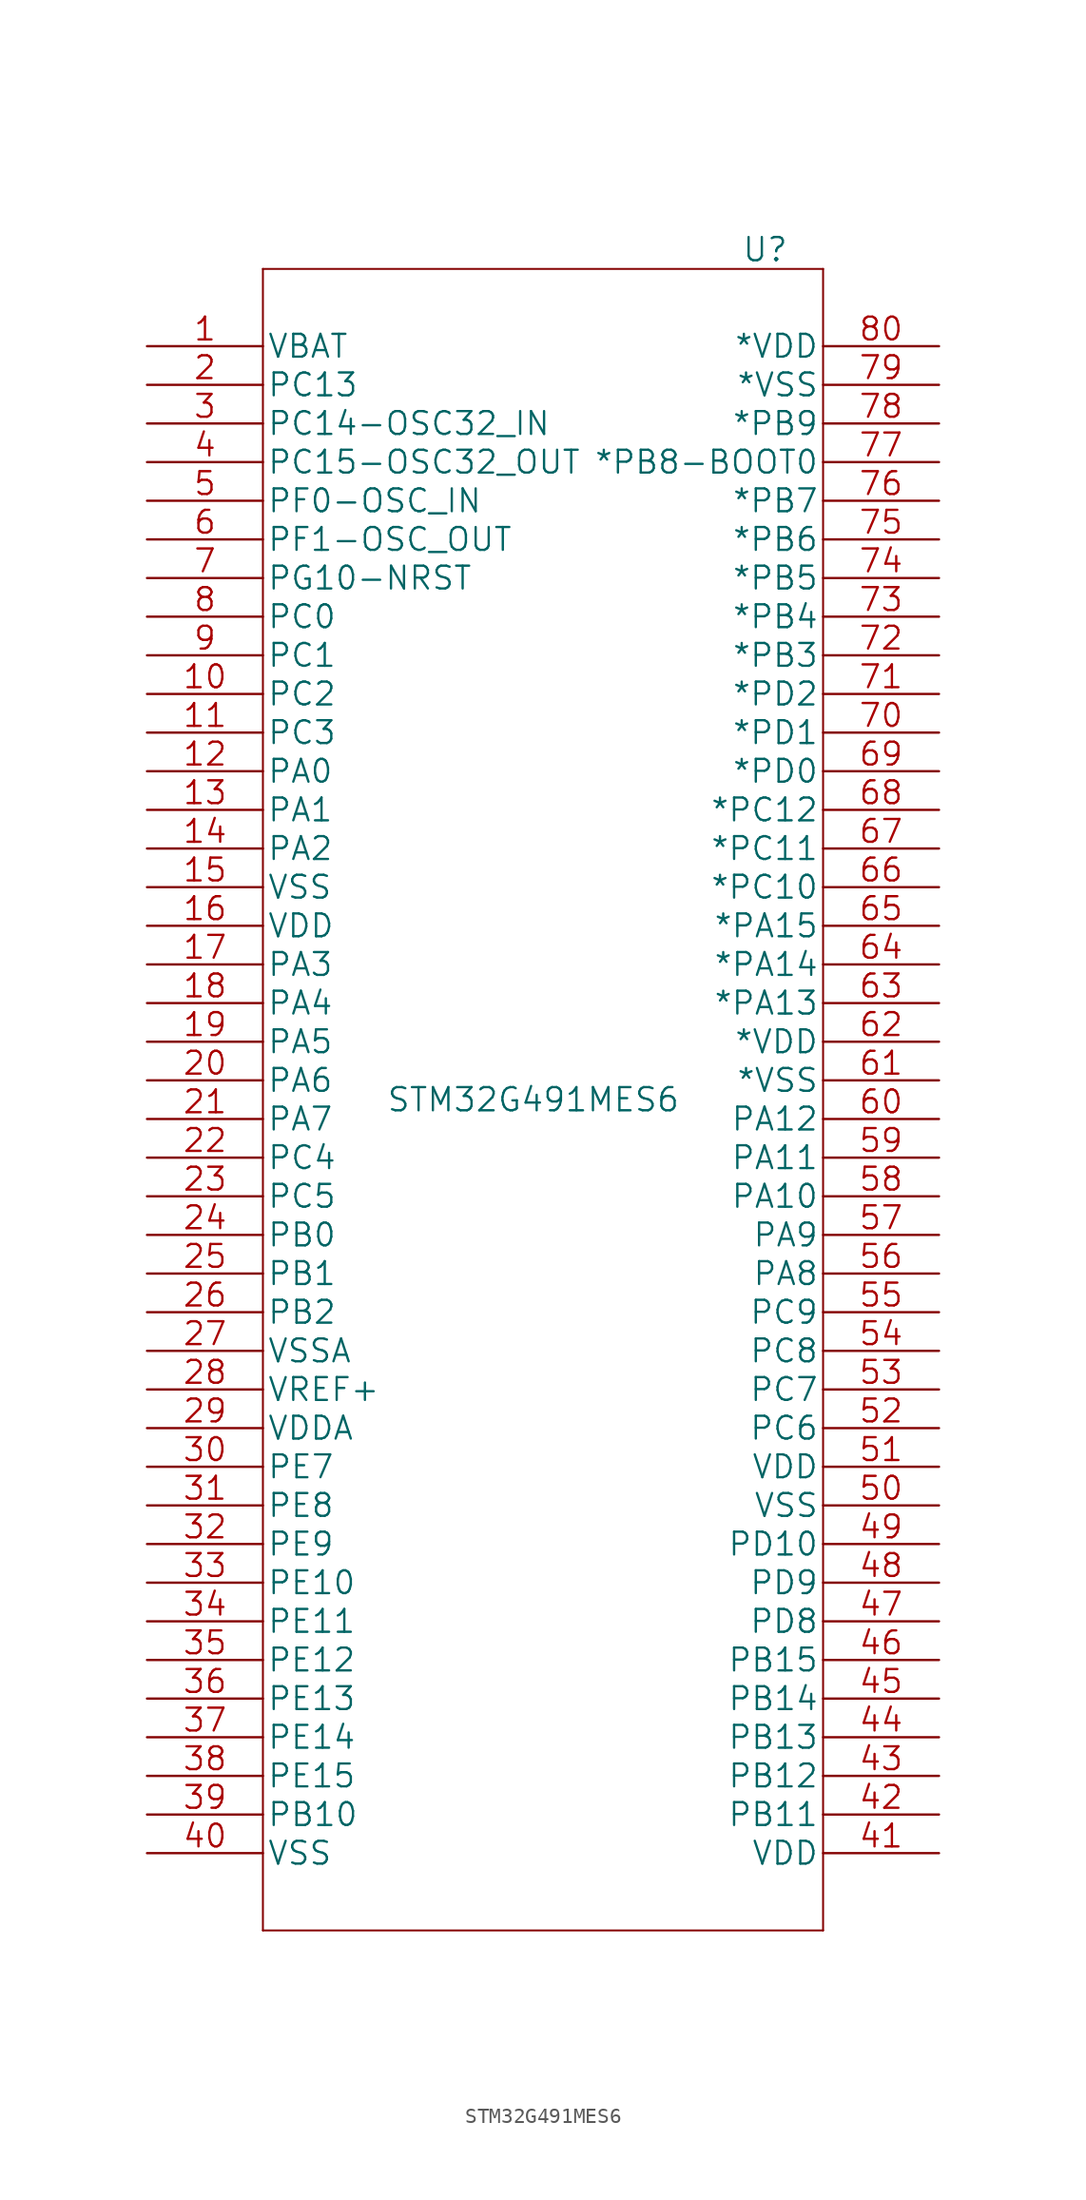
<source format=kicad_sym>
(kicad_symbol_lib
  (version 20231120)
  (generator "kicad_symbol_editor")
  (generator_version "8.0")
  (symbol "STM32G491MES6"
    (pin_names
      (offset 0.254))
    (property "Reference" "U"
      (at 15.24 55.88 0)
      (effects (font (size 1.524 1.524))))
    (property "Value" "STM32G491MES6"
      (at 0 0 0)
      (effects (font (size 1.524 1.524))))
    (property "Datasheet" ""
      (at -25.4 49.53 0)
      (effects (font (size 1.524 1.524))))
    (symbol "STM32G491MES6_1_1"
      (polyline (pts (xy -17.78 -54.61) (xy 19.05 -54.61)) (stroke (width 0.127) (type default)) (fill (type none)))
      (polyline (pts (xy -17.78 54.61) (xy -17.78 -54.61)) (stroke (width 0.127) (type default)) (fill (type none)))
      (polyline (pts (xy 19.05 -54.61) (xy 19.05 54.61)) (stroke (width 0.127) (type default)) (fill (type none)))
      (polyline (pts (xy 19.05 54.61) (xy -17.78 54.61)) (stroke (width 0.127) (type default)) (fill (type none)))
      (pin power_in line (at -25.4 49.53 0) (length 7.62) (name "VBAT" (effects (font (size 1.499 1.499)))) (number "1" (effects (font (size 1.499 1.499)))))
      (pin bidirectional line (at -25.4 26.67 0) (length 7.62) (name "PC2" (effects (font (size 1.499 1.499)))) (number "10" (effects (font (size 1.499 1.499)))))
      (pin bidirectional line (at -25.4 24.13 0) (length 7.62) (name "PC3" (effects (font (size 1.499 1.499)))) (number "11" (effects (font (size 1.499 1.499)))))
      (pin bidirectional line (at -25.4 21.59 0) (length 7.62) (name "PA0" (effects (font (size 1.499 1.499)))) (number "12" (effects (font (size 1.499 1.499)))))
      (pin bidirectional line (at -25.4 19.05 0) (length 7.62) (name "PA1" (effects (font (size 1.499 1.499)))) (number "13" (effects (font (size 1.499 1.499)))))
      (pin bidirectional line (at -25.4 16.51 0) (length 7.62) (name "PA2" (effects (font (size 1.499 1.499)))) (number "14" (effects (font (size 1.499 1.499)))))
      (pin power_in line (at -25.4 13.97 0) (length 7.62) (name "VSS" (effects (font (size 1.499 1.499)))) (number "15" (effects (font (size 1.499 1.499)))))
      (pin power_in line (at -25.4 11.43 0) (length 7.62) (name "VDD" (effects (font (size 1.499 1.499)))) (number "16" (effects (font (size 1.499 1.499)))))
      (pin bidirectional line (at -25.4 8.89 0) (length 7.62) (name "PA3" (effects (font (size 1.499 1.499)))) (number "17" (effects (font (size 1.499 1.499)))))
      (pin bidirectional line (at -25.4 6.35 0) (length 7.62) (name "PA4" (effects (font (size 1.499 1.499)))) (number "18" (effects (font (size 1.499 1.499)))))
      (pin bidirectional line (at -25.4 3.81 0) (length 7.62) (name "PA5" (effects (font (size 1.499 1.499)))) (number "19" (effects (font (size 1.499 1.499)))))
      (pin bidirectional line (at -25.4 46.99 0) (length 7.62) (name "PC13" (effects (font (size 1.499 1.499)))) (number "2" (effects (font (size 1.499 1.499)))))
      (pin bidirectional line (at -25.4 1.27 0) (length 7.62) (name "PA6" (effects (font (size 1.499 1.499)))) (number "20" (effects (font (size 1.499 1.499)))))
      (pin bidirectional line (at -25.4 -1.27 0) (length 7.62) (name "PA7" (effects (font (size 1.499 1.499)))) (number "21" (effects (font (size 1.499 1.499)))))
      (pin bidirectional line (at -25.4 -3.81 0) (length 7.62) (name "PC4" (effects (font (size 1.499 1.499)))) (number "22" (effects (font (size 1.499 1.499)))))
      (pin bidirectional line (at -25.4 -6.35 0) (length 7.62) (name "PC5" (effects (font (size 1.499 1.499)))) (number "23" (effects (font (size 1.499 1.499)))))
      (pin bidirectional line (at -25.4 -8.89 0) (length 7.62) (name "PB0" (effects (font (size 1.499 1.499)))) (number "24" (effects (font (size 1.499 1.499)))))
      (pin bidirectional line (at -25.4 -11.43 0) (length 7.62) (name "PB1" (effects (font (size 1.499 1.499)))) (number "25" (effects (font (size 1.499 1.499)))))
      (pin bidirectional line (at -25.4 -13.97 0) (length 7.62) (name "PB2" (effects (font (size 1.499 1.499)))) (number "26" (effects (font (size 1.499 1.499)))))
      (pin power_in line (at -25.4 -16.51 0) (length 7.62) (name "VSSA" (effects (font (size 1.499 1.499)))) (number "27" (effects (font (size 1.499 1.499)))))
      (pin power_in line (at -25.4 -19.05 0) (length 7.62) (name "VREF+" (effects (font (size 1.499 1.499)))) (number "28" (effects (font (size 1.499 1.499)))))
      (pin power_in line (at -25.4 -21.59 0) (length 7.62) (name "VDDA" (effects (font (size 1.499 1.499)))) (number "29" (effects (font (size 1.499 1.499)))))
      (pin bidirectional line (at -25.4 44.45 0) (length 7.62) (name "PC14-OSC32_IN" (effects (font (size 1.499 1.499)))) (number "3" (effects (font (size 1.499 1.499)))))
      (pin bidirectional line (at -25.4 -24.13 0) (length 7.62) (name "PE7" (effects (font (size 1.499 1.499)))) (number "30" (effects (font (size 1.499 1.499)))))
      (pin bidirectional line (at -25.4 -26.67 0) (length 7.62) (name "PE8" (effects (font (size 1.499 1.499)))) (number "31" (effects (font (size 1.499 1.499)))))
      (pin bidirectional line (at -25.4 -29.21 0) (length 7.62) (name "PE9" (effects (font (size 1.499 1.499)))) (number "32" (effects (font (size 1.499 1.499)))))
      (pin bidirectional line (at -25.4 -31.75 0) (length 7.62) (name "PE10" (effects (font (size 1.499 1.499)))) (number "33" (effects (font (size 1.499 1.499)))))
      (pin bidirectional line (at -25.4 -34.29 0) (length 7.62) (name "PE11" (effects (font (size 1.499 1.499)))) (number "34" (effects (font (size 1.499 1.499)))))
      (pin bidirectional line (at -25.4 -36.83 0) (length 7.62) (name "PE12" (effects (font (size 1.499 1.499)))) (number "35" (effects (font (size 1.499 1.499)))))
      (pin bidirectional line (at -25.4 -39.37 0) (length 7.62) (name "PE13" (effects (font (size 1.499 1.499)))) (number "36" (effects (font (size 1.499 1.499)))))
      (pin bidirectional line (at -25.4 -41.91 0) (length 7.62) (name "PE14" (effects (font (size 1.499 1.499)))) (number "37" (effects (font (size 1.499 1.499)))))
      (pin bidirectional line (at -25.4 -44.45 0) (length 7.62) (name "PE15" (effects (font (size 1.499 1.499)))) (number "38" (effects (font (size 1.499 1.499)))))
      (pin bidirectional line (at -25.4 -46.99 0) (length 7.62) (name "PB10" (effects (font (size 1.499 1.499)))) (number "39" (effects (font (size 1.499 1.499)))))
      (pin output line (at -25.4 41.91 0) (length 7.62) (name "PC15-OSC32_OUT" (effects (font (size 1.499 1.499)))) (number "4" (effects (font (size 1.499 1.499)))))
      (pin power_in line (at -25.4 -49.53 0) (length 7.62) (name "VSS" (effects (font (size 1.499 1.499)))) (number "40" (effects (font (size 1.499 1.499)))))
      (pin power_in line (at 26.67 -49.53 180) (length 7.62) (name "VDD" (effects (font (size 1.499 1.499)))) (number "41" (effects (font (size 1.499 1.499)))))
      (pin bidirectional line (at 26.67 -46.99 180) (length 7.62) (name "PB11" (effects (font (size 1.499 1.499)))) (number "42" (effects (font (size 1.499 1.499)))))
      (pin bidirectional line (at 26.67 -44.45 180) (length 7.62) (name "PB12" (effects (font (size 1.499 1.499)))) (number "43" (effects (font (size 1.499 1.499)))))
      (pin bidirectional line (at 26.67 -41.91 180) (length 7.62) (name "PB13" (effects (font (size 1.499 1.499)))) (number "44" (effects (font (size 1.499 1.499)))))
      (pin bidirectional line (at 26.67 -39.37 180) (length 7.62) (name "PB14" (effects (font (size 1.499 1.499)))) (number "45" (effects (font (size 1.499 1.499)))))
      (pin bidirectional line (at 26.67 -36.83 180) (length 7.62) (name "PB15" (effects (font (size 1.499 1.499)))) (number "46" (effects (font (size 1.499 1.499)))))
      (pin bidirectional line (at 26.67 -34.29 180) (length 7.62) (name "PD8" (effects (font (size 1.499 1.499)))) (number "47" (effects (font (size 1.499 1.499)))))
      (pin bidirectional line (at 26.67 -31.75 180) (length 7.62) (name "PD9" (effects (font (size 1.499 1.499)))) (number "48" (effects (font (size 1.499 1.499)))))
      (pin bidirectional line (at 26.67 -29.21 180) (length 7.62) (name "PD10" (effects (font (size 1.499 1.499)))) (number "49" (effects (font (size 1.499 1.499)))))
      (pin bidirectional line (at -25.4 39.37 0) (length 7.62) (name "PF0-OSC_IN" (effects (font (size 1.499 1.499)))) (number "5" (effects (font (size 1.499 1.499)))))
      (pin power_in line (at 26.67 -26.67 180) (length 7.62) (name "VSS" (effects (font (size 1.499 1.499)))) (number "50" (effects (font (size 1.499 1.499)))))
      (pin power_in line (at 26.67 -24.13 180) (length 7.62) (name "VDD" (effects (font (size 1.499 1.499)))) (number "51" (effects (font (size 1.499 1.499)))))
      (pin bidirectional line (at 26.67 -21.59 180) (length 7.62) (name "PC6" (effects (font (size 1.499 1.499)))) (number "52" (effects (font (size 1.499 1.499)))))
      (pin bidirectional line (at 26.67 -19.05 180) (length 7.62) (name "PC7" (effects (font (size 1.499 1.499)))) (number "53" (effects (font (size 1.499 1.499)))))
      (pin bidirectional line (at 26.67 -16.51 180) (length 7.62) (name "PC8" (effects (font (size 1.499 1.499)))) (number "54" (effects (font (size 1.499 1.499)))))
      (pin bidirectional line (at 26.67 -13.97 180) (length 7.62) (name "PC9" (effects (font (size 1.499 1.499)))) (number "55" (effects (font (size 1.499 1.499)))))
      (pin bidirectional line (at 26.67 -11.43 180) (length 7.62) (name "PA8" (effects (font (size 1.499 1.499)))) (number "56" (effects (font (size 1.499 1.499)))))
      (pin bidirectional line (at 26.67 -8.89 180) (length 7.62) (name "PA9" (effects (font (size 1.499 1.499)))) (number "57" (effects (font (size 1.499 1.499)))))
      (pin bidirectional line (at 26.67 -6.35 180) (length 7.62) (name "PA10" (effects (font (size 1.499 1.499)))) (number "58" (effects (font (size 1.499 1.499)))))
      (pin bidirectional line (at 26.67 -3.81 180) (length 7.62) (name "PA11" (effects (font (size 1.499 1.499)))) (number "59" (effects (font (size 1.499 1.499)))))
      (pin output line (at -25.4 36.83 0) (length 7.62) (name "PF1-OSC_OUT" (effects (font (size 1.499 1.499)))) (number "6" (effects (font (size 1.499 1.499)))))
      (pin bidirectional line (at 26.67 -1.27 180) (length 7.62) (name "PA12" (effects (font (size 1.499 1.499)))) (number "60" (effects (font (size 1.499 1.499)))))
      (pin power_in line (at 26.67 1.27 180) (length 7.62) (name "*VSS" (effects (font (size 1.499 1.499)))) (number "61" (effects (font (size 1.499 1.499)))))
      (pin power_in line (at 26.67 3.81 180) (length 7.62) (name "*VDD" (effects (font (size 1.499 1.499)))) (number "62" (effects (font (size 1.499 1.499)))))
      (pin bidirectional line (at 26.67 6.35 180) (length 7.62) (name "*PA13" (effects (font (size 1.499 1.499)))) (number "63" (effects (font (size 1.499 1.499)))))
      (pin bidirectional line (at 26.67 8.89 180) (length 7.62) (name "*PA14" (effects (font (size 1.499 1.499)))) (number "64" (effects (font (size 1.499 1.499)))))
      (pin bidirectional line (at 26.67 11.43 180) (length 7.62) (name "*PA15" (effects (font (size 1.499 1.499)))) (number "65" (effects (font (size 1.499 1.499)))))
      (pin bidirectional line (at 26.67 13.97 180) (length 7.62) (name "*PC10" (effects (font (size 1.499 1.499)))) (number "66" (effects (font (size 1.499 1.499)))))
      (pin bidirectional line (at 26.67 16.51 180) (length 7.62) (name "*PC11" (effects (font (size 1.499 1.499)))) (number "67" (effects (font (size 1.499 1.499)))))
      (pin bidirectional line (at 26.67 19.05 180) (length 7.62) (name "*PC12" (effects (font (size 1.499 1.499)))) (number "68" (effects (font (size 1.499 1.499)))))
      (pin bidirectional line (at 26.67 21.59 180) (length 7.62) (name "*PD0" (effects (font (size 1.499 1.499)))) (number "69" (effects (font (size 1.499 1.499)))))
      (pin bidirectional line (at -25.4 34.29 0) (length 7.62) (name "PG10-NRST" (effects (font (size 1.499 1.499)))) (number "7" (effects (font (size 1.499 1.499)))))
      (pin bidirectional line (at 26.67 24.13 180) (length 7.62) (name "*PD1" (effects (font (size 1.499 1.499)))) (number "70" (effects (font (size 1.499 1.499)))))
      (pin bidirectional line (at 26.67 26.67 180) (length 7.62) (name "*PD2" (effects (font (size 1.499 1.499)))) (number "71" (effects (font (size 1.499 1.499)))))
      (pin bidirectional line (at 26.67 29.21 180) (length 7.62) (name "*PB3" (effects (font (size 1.499 1.499)))) (number "72" (effects (font (size 1.499 1.499)))))
      (pin bidirectional line (at 26.67 31.75 180) (length 7.62) (name "*PB4" (effects (font (size 1.499 1.499)))) (number "73" (effects (font (size 1.499 1.499)))))
      (pin bidirectional line (at 26.67 34.29 180) (length 7.62) (name "*PB5" (effects (font (size 1.499 1.499)))) (number "74" (effects (font (size 1.499 1.499)))))
      (pin bidirectional line (at 26.67 36.83 180) (length 7.62) (name "*PB6" (effects (font (size 1.499 1.499)))) (number "75" (effects (font (size 1.499 1.499)))))
      (pin bidirectional line (at 26.67 39.37 180) (length 7.62) (name "*PB7" (effects (font (size 1.499 1.499)))) (number "76" (effects (font (size 1.499 1.499)))))
      (pin bidirectional line (at 26.67 41.91 180) (length 7.62) (name "*PB8-BOOT0" (effects (font (size 1.499 1.499)))) (number "77" (effects (font (size 1.499 1.499)))))
      (pin bidirectional line (at 26.67 44.45 180) (length 7.62) (name "*PB9" (effects (font (size 1.499 1.499)))) (number "78" (effects (font (size 1.499 1.499)))))
      (pin power_in line (at 26.67 46.99 180) (length 7.62) (name "*VSS" (effects (font (size 1.499 1.499)))) (number "79" (effects (font (size 1.499 1.499)))))
      (pin bidirectional line (at -25.4 31.75 0) (length 7.62) (name "PC0" (effects (font (size 1.499 1.499)))) (number "8" (effects (font (size 1.499 1.499)))))
      (pin power_in line (at 26.67 49.53 180) (length 7.62) (name "*VDD" (effects (font (size 1.499 1.499)))) (number "80" (effects (font (size 1.499 1.499)))))
      (pin bidirectional line (at -25.4 29.21 0) (length 7.62) (name "PC1" (effects (font (size 1.499 1.499)))) (number "9" (effects (font (size 1.499 1.499))))))))
</source>
